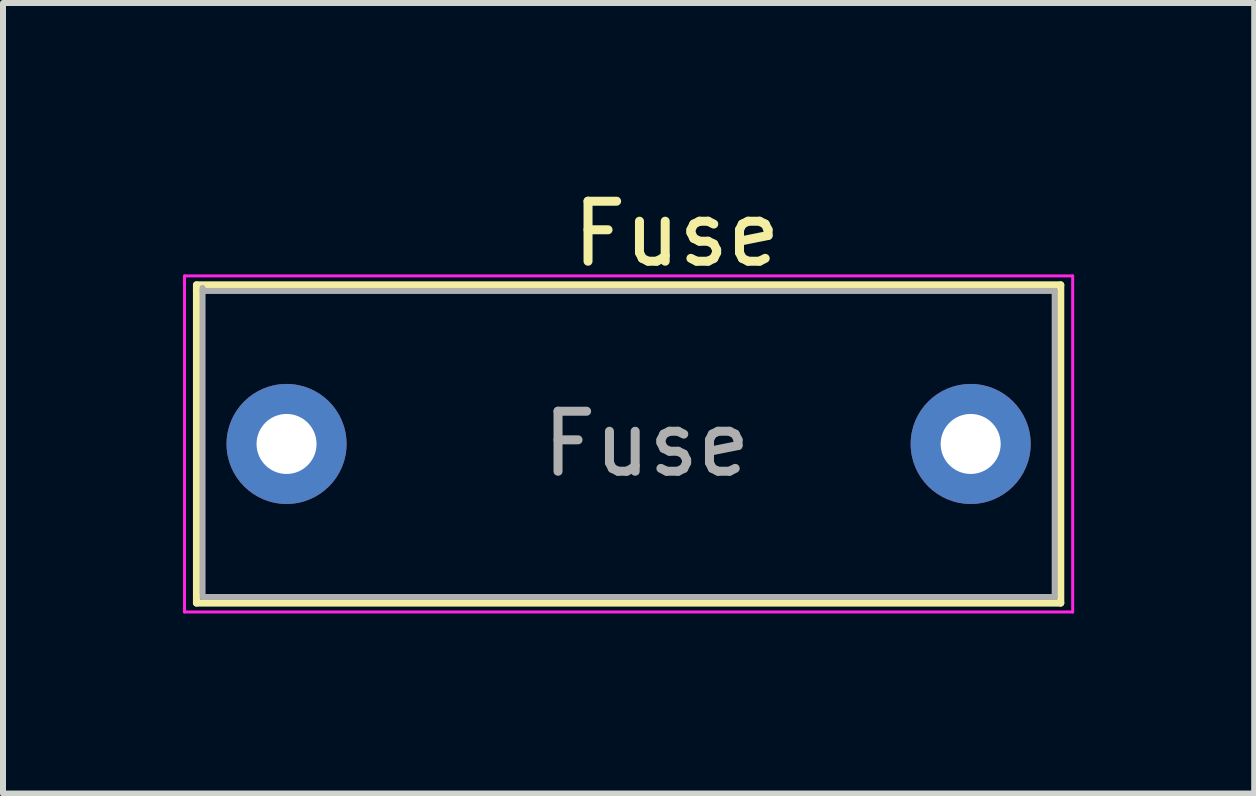
<source format=kicad_pcb>
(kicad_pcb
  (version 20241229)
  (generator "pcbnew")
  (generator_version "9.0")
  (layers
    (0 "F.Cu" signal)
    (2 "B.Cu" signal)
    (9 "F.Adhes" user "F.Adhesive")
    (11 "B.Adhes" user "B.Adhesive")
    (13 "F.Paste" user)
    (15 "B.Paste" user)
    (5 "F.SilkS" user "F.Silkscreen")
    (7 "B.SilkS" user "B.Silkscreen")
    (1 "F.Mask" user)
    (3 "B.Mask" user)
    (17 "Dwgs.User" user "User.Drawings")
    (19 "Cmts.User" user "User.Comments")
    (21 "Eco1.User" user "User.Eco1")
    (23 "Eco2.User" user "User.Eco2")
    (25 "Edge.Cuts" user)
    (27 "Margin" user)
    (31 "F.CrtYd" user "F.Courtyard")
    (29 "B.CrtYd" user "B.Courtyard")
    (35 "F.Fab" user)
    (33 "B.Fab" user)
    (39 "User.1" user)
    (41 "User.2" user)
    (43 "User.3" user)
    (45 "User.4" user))
  (footprint "Fuse"
    (layer "F.Cu")
    (at 1.725 4.348)
    (property "Reference" "Fuse" (at 6.5 -3.5 0) (layer "F.SilkS") (effects (font (size 1 1) (thickness 0.15))))
    (attr through_hole)
    (fp_line (start -1.5 -2.65) (end -1.5 2.65) (stroke (width 0.12) (type solid)) (layer "F.SilkS"))
    (fp_line (start -1.5 -2.65) (end 12.9 -2.65) (stroke (width 0.12) (type solid)) (layer "F.SilkS"))
    (fp_line (start 12.9 2.65) (end -1.5 2.65) (stroke (width 0.12) (type solid)) (layer "F.SilkS"))
    (fp_line (start 12.9 2.65) (end 12.9 -2.65) (stroke (width 0.12) (type solid)) (layer "F.SilkS"))
    (fp_line (start -1.7 -2.8) (end -1.7 2.8) (stroke (width 0.05) (type solid)) (layer "F.CrtYd"))
    (fp_line (start -1.7 -2.8) (end 13.1 -2.8) (stroke (width 0.05) (type solid)) (layer "F.CrtYd"))
    (fp_line (start 13.1 2.8) (end -1.7 2.8) (stroke (width 0.05) (type solid)) (layer "F.CrtYd"))
    (fp_line (start 13.1 2.8) (end 13.1 -2.8) (stroke (width 0.05) (type solid)) (layer "F.CrtYd"))
    (fp_line (start -1.4 -2.6) (end -1.4 2.5) (stroke (width 0.1) (type solid)) (layer "F.Fab"))
    (fp_line (start -1.4 2.55) (end 12.8 2.55) (stroke (width 0.1) (type solid)) (layer "F.Fab"))
    (fp_line (start 12.8 -2.55) (end -1.4 -2.55) (stroke (width 0.1) (type solid)) (layer "F.Fab"))
    (fp_line (start 12.8 2.55) (end 12.8 -2.55) (stroke (width 0.1) (type solid)) (layer "F.Fab"))
    (fp_text user "${REFERENCE}" (at 6 0 0) (layer "F.Fab") (effects (font (size 1 1) (thickness 0.15))))
    (pad "1" thru_hole circle (at 0 0) (size 2 2) (drill 1) (layers "*.Cu" "*.Mask"))
    (pad "2" thru_hole circle (at 11.4 0) (size 2 2) (drill 1) (layers "*.Cu" "*.Mask")))
  (gr_rect
    (start -3 -3)
    (end 17.85 10.173)
    (stroke (width 0.1) (type default))
    (fill no)
    (layer "Edge.Cuts")))
</source>
